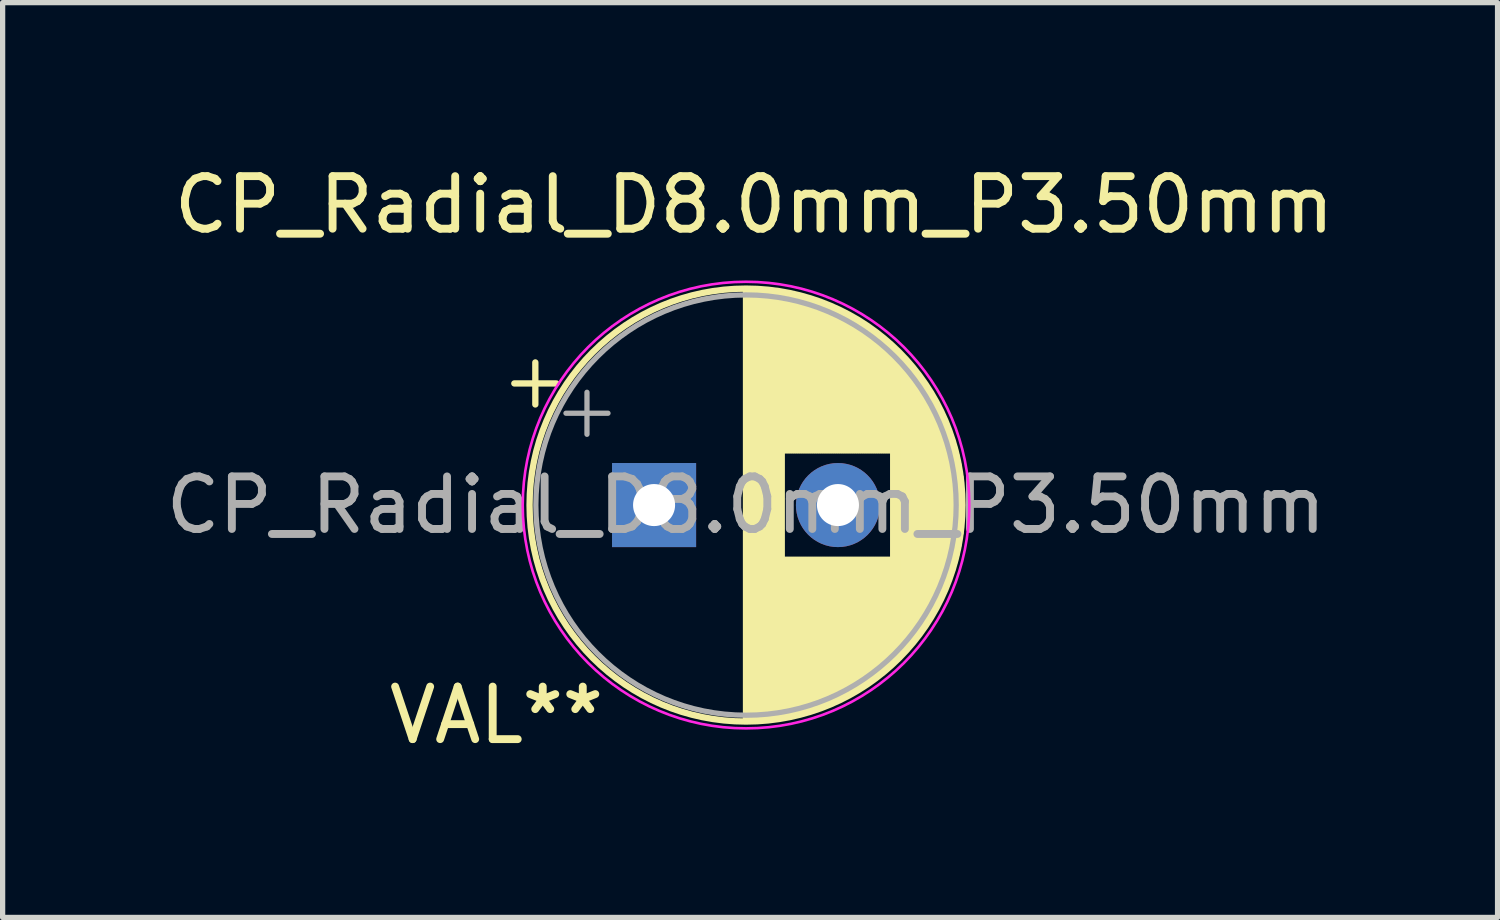
<source format=kicad_pcb>
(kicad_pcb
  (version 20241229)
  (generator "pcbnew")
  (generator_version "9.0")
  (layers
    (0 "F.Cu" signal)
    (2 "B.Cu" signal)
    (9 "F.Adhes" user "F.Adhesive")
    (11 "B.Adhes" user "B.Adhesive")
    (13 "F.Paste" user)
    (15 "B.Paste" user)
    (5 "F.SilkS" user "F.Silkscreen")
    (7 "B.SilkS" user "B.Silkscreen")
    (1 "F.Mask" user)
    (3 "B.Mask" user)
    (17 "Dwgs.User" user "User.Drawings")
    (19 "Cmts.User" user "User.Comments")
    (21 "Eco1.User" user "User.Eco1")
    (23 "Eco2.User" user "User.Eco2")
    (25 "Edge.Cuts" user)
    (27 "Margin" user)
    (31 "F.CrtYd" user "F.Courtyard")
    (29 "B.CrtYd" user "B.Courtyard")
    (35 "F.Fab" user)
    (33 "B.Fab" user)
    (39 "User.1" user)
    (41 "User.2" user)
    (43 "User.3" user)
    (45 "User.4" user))
  (footprint "CP_Radial_D8.0mm_P3.50mm"
    (layer "F.Cu")
    (at 9.399 6.563)
    (property "Reference" "CP_Radial_D8.0mm_P3.50mm" (at 1.905 -5.715 180) (layer "F.SilkS") (effects (font (size 1 1) (thickness 0.15))))
    (property "Value" "VAL**" (at 1.75 5.25 0) (layer "F.Fab") (hide yes) (effects (font (size 1 1) (thickness 0.15))))
    (attr through_hole)
    (fp_line (start -2.66 -2.315) (end -1.86 -2.315) (stroke (width 0.12) (type solid)) (layer "F.SilkS"))
    (fp_line (start -2.26 -2.715) (end -2.26 -1.915) (stroke (width 0.12) (type solid)) (layer "F.SilkS"))
    (fp_line (start 1.75 -4.08) (end 1.75 4.08) (stroke (width 0.12) (type solid)) (layer "F.SilkS"))
    (fp_line (start 1.79 -4.08) (end 1.79 4.08) (stroke (width 0.12) (type solid)) (layer "F.SilkS"))
    (fp_line (start 1.83 -4.08) (end 1.83 4.08) (stroke (width 0.12) (type solid)) (layer "F.SilkS"))
    (fp_line (start 1.87 -4.079) (end 1.87 4.079) (stroke (width 0.12) (type solid)) (layer "F.SilkS"))
    (fp_line (start 1.91 -4.077) (end 1.91 4.077) (stroke (width 0.12) (type solid)) (layer "F.SilkS"))
    (fp_line (start 1.95 -4.076) (end 1.95 4.076) (stroke (width 0.12) (type solid)) (layer "F.SilkS"))
    (fp_line (start 1.99 -4.074) (end 1.99 4.074) (stroke (width 0.12) (type solid)) (layer "F.SilkS"))
    (fp_line (start 2.03 -4.071) (end 2.03 4.071) (stroke (width 0.12) (type solid)) (layer "F.SilkS"))
    (fp_line (start 2.07 -4.068) (end 2.07 4.068) (stroke (width 0.12) (type solid)) (layer "F.SilkS"))
    (fp_line (start 2.11 -4.065) (end 2.11 4.065) (stroke (width 0.12) (type solid)) (layer "F.SilkS"))
    (fp_line (start 2.15 -4.061) (end 2.15 4.061) (stroke (width 0.12) (type solid)) (layer "F.SilkS"))
    (fp_line (start 2.19 -4.057) (end 2.19 4.057) (stroke (width 0.12) (type solid)) (layer "F.SilkS"))
    (fp_line (start 2.23 -4.052) (end 2.23 4.052) (stroke (width 0.12) (type solid)) (layer "F.SilkS"))
    (fp_line (start 2.27 -4.048) (end 2.27 4.048) (stroke (width 0.12) (type solid)) (layer "F.SilkS"))
    (fp_line (start 2.31 -4.042) (end 2.31 4.042) (stroke (width 0.12) (type solid)) (layer "F.SilkS"))
    (fp_line (start 2.35 -4.037) (end 2.35 4.037) (stroke (width 0.12) (type solid)) (layer "F.SilkS"))
    (fp_line (start 2.39 -4.03) (end 2.39 4.03) (stroke (width 0.12) (type solid)) (layer "F.SilkS"))
    (fp_line (start 2.43 -4.024) (end 2.43 4.024) (stroke (width 0.12) (type solid)) (layer "F.SilkS"))
    (fp_line (start 2.471 -4.017) (end 2.471 -1.04) (stroke (width 0.12) (type solid)) (layer "F.SilkS"))
    (fp_line (start 2.471 1.04) (end 2.471 4.017) (stroke (width 0.12) (type solid)) (layer "F.SilkS"))
    (fp_line (start 2.511 -4.01) (end 2.511 -1.04) (stroke (width 0.12) (type solid)) (layer "F.SilkS"))
    (fp_line (start 2.511 1.04) (end 2.511 4.01) (stroke (width 0.12) (type solid)) (layer "F.SilkS"))
    (fp_line (start 2.551 -4.002) (end 2.551 -1.04) (stroke (width 0.12) (type solid)) (layer "F.SilkS"))
    (fp_line (start 2.551 1.04) (end 2.551 4.002) (stroke (width 0.12) (type solid)) (layer "F.SilkS"))
    (fp_line (start 2.591 -3.994) (end 2.591 -1.04) (stroke (width 0.12) (type solid)) (layer "F.SilkS"))
    (fp_line (start 2.591 1.04) (end 2.591 3.994) (stroke (width 0.12) (type solid)) (layer "F.SilkS"))
    (fp_line (start 2.631 -3.985) (end 2.631 -1.04) (stroke (width 0.12) (type solid)) (layer "F.SilkS"))
    (fp_line (start 2.631 1.04) (end 2.631 3.985) (stroke (width 0.12) (type solid)) (layer "F.SilkS"))
    (fp_line (start 2.671 -3.976) (end 2.671 -1.04) (stroke (width 0.12) (type solid)) (layer "F.SilkS"))
    (fp_line (start 2.671 1.04) (end 2.671 3.976) (stroke (width 0.12) (type solid)) (layer "F.SilkS"))
    (fp_line (start 2.711 -3.967) (end 2.711 -1.04) (stroke (width 0.12) (type solid)) (layer "F.SilkS"))
    (fp_line (start 2.711 1.04) (end 2.711 3.967) (stroke (width 0.12) (type solid)) (layer "F.SilkS"))
    (fp_line (start 2.751 -3.957) (end 2.751 -1.04) (stroke (width 0.12) (type solid)) (layer "F.SilkS"))
    (fp_line (start 2.751 1.04) (end 2.751 3.957) (stroke (width 0.12) (type solid)) (layer "F.SilkS"))
    (fp_line (start 2.791 -3.947) (end 2.791 -1.04) (stroke (width 0.12) (type solid)) (layer "F.SilkS"))
    (fp_line (start 2.791 1.04) (end 2.791 3.947) (stroke (width 0.12) (type solid)) (layer "F.SilkS"))
    (fp_line (start 2.831 -3.936) (end 2.831 -1.04) (stroke (width 0.12) (type solid)) (layer "F.SilkS"))
    (fp_line (start 2.831 1.04) (end 2.831 3.936) (stroke (width 0.12) (type solid)) (layer "F.SilkS"))
    (fp_line (start 2.871 -3.925) (end 2.871 -1.04) (stroke (width 0.12) (type solid)) (layer "F.SilkS"))
    (fp_line (start 2.871 1.04) (end 2.871 3.925) (stroke (width 0.12) (type solid)) (layer "F.SilkS"))
    (fp_line (start 2.911 -3.914) (end 2.911 -1.04) (stroke (width 0.12) (type solid)) (layer "F.SilkS"))
    (fp_line (start 2.911 1.04) (end 2.911 3.914) (stroke (width 0.12) (type solid)) (layer "F.SilkS"))
    (fp_line (start 2.951 -3.902) (end 2.951 -1.04) (stroke (width 0.12) (type solid)) (layer "F.SilkS"))
    (fp_line (start 2.951 1.04) (end 2.951 3.902) (stroke (width 0.12) (type solid)) (layer "F.SilkS"))
    (fp_line (start 2.991 -3.889) (end 2.991 -1.04) (stroke (width 0.12) (type solid)) (layer "F.SilkS"))
    (fp_line (start 2.991 1.04) (end 2.991 3.889) (stroke (width 0.12) (type solid)) (layer "F.SilkS"))
    (fp_line (start 3.031 -3.877) (end 3.031 -1.04) (stroke (width 0.12) (type solid)) (layer "F.SilkS"))
    (fp_line (start 3.031 1.04) (end 3.031 3.877) (stroke (width 0.12) (type solid)) (layer "F.SilkS"))
    (fp_line (start 3.071 -3.863) (end 3.071 -1.04) (stroke (width 0.12) (type solid)) (layer "F.SilkS"))
    (fp_line (start 3.071 1.04) (end 3.071 3.863) (stroke (width 0.12) (type solid)) (layer "F.SilkS"))
    (fp_line (start 3.111 -3.85) (end 3.111 -1.04) (stroke (width 0.12) (type solid)) (layer "F.SilkS"))
    (fp_line (start 3.111 1.04) (end 3.111 3.85) (stroke (width 0.12) (type solid)) (layer "F.SilkS"))
    (fp_line (start 3.151 -3.835) (end 3.151 -1.04) (stroke (width 0.12) (type solid)) (layer "F.SilkS"))
    (fp_line (start 3.151 1.04) (end 3.151 3.835) (stroke (width 0.12) (type solid)) (layer "F.SilkS"))
    (fp_line (start 3.191 -3.821) (end 3.191 -1.04) (stroke (width 0.12) (type solid)) (layer "F.SilkS"))
    (fp_line (start 3.191 1.04) (end 3.191 3.821) (stroke (width 0.12) (type solid)) (layer "F.SilkS"))
    (fp_line (start 3.231 -3.805) (end 3.231 -1.04) (stroke (width 0.12) (type solid)) (layer "F.SilkS"))
    (fp_line (start 3.231 1.04) (end 3.231 3.805) (stroke (width 0.12) (type solid)) (layer "F.SilkS"))
    (fp_line (start 3.271 -3.79) (end 3.271 -1.04) (stroke (width 0.12) (type solid)) (layer "F.SilkS"))
    (fp_line (start 3.271 1.04) (end 3.271 3.79) (stroke (width 0.12) (type solid)) (layer "F.SilkS"))
    (fp_line (start 3.311 -3.774) (end 3.311 -1.04) (stroke (width 0.12) (type solid)) (layer "F.SilkS"))
    (fp_line (start 3.311 1.04) (end 3.311 3.774) (stroke (width 0.12) (type solid)) (layer "F.SilkS"))
    (fp_line (start 3.351 -3.757) (end 3.351 -1.04) (stroke (width 0.12) (type solid)) (layer "F.SilkS"))
    (fp_line (start 3.351 1.04) (end 3.351 3.757) (stroke (width 0.12) (type solid)) (layer "F.SilkS"))
    (fp_line (start 3.391 -3.74) (end 3.391 -1.04) (stroke (width 0.12) (type solid)) (layer "F.SilkS"))
    (fp_line (start 3.391 1.04) (end 3.391 3.74) (stroke (width 0.12) (type solid)) (layer "F.SilkS"))
    (fp_line (start 3.431 -3.722) (end 3.431 -1.04) (stroke (width 0.12) (type solid)) (layer "F.SilkS"))
    (fp_line (start 3.431 1.04) (end 3.431 3.722) (stroke (width 0.12) (type solid)) (layer "F.SilkS"))
    (fp_line (start 3.471 -3.704) (end 3.471 -1.04) (stroke (width 0.12) (type solid)) (layer "F.SilkS"))
    (fp_line (start 3.471 1.04) (end 3.471 3.704) (stroke (width 0.12) (type solid)) (layer "F.SilkS"))
    (fp_line (start 3.511 -3.686) (end 3.511 -1.04) (stroke (width 0.12) (type solid)) (layer "F.SilkS"))
    (fp_line (start 3.511 1.04) (end 3.511 3.686) (stroke (width 0.12) (type solid)) (layer "F.SilkS"))
    (fp_line (start 3.551 -3.666) (end 3.551 -1.04) (stroke (width 0.12) (type solid)) (layer "F.SilkS"))
    (fp_line (start 3.551 1.04) (end 3.551 3.666) (stroke (width 0.12) (type solid)) (layer "F.SilkS"))
    (fp_line (start 3.591 -3.647) (end 3.591 -1.04) (stroke (width 0.12) (type solid)) (layer "F.SilkS"))
    (fp_line (start 3.591 1.04) (end 3.591 3.647) (stroke (width 0.12) (type solid)) (layer "F.SilkS"))
    (fp_line (start 3.631 -3.627) (end 3.631 -1.04) (stroke (width 0.12) (type solid)) (layer "F.SilkS"))
    (fp_line (start 3.631 1.04) (end 3.631 3.627) (stroke (width 0.12) (type solid)) (layer "F.SilkS"))
    (fp_line (start 3.671 -3.606) (end 3.671 -1.04) (stroke (width 0.12) (type solid)) (layer "F.SilkS"))
    (fp_line (start 3.671 1.04) (end 3.671 3.606) (stroke (width 0.12) (type solid)) (layer "F.SilkS"))
    (fp_line (start 3.711 -3.584) (end 3.711 -1.04) (stroke (width 0.12) (type solid)) (layer "F.SilkS"))
    (fp_line (start 3.711 1.04) (end 3.711 3.584) (stroke (width 0.12) (type solid)) (layer "F.SilkS"))
    (fp_line (start 3.751 -3.562) (end 3.751 -1.04) (stroke (width 0.12) (type solid)) (layer "F.SilkS"))
    (fp_line (start 3.751 1.04) (end 3.751 3.562) (stroke (width 0.12) (type solid)) (layer "F.SilkS"))
    (fp_line (start 3.791 -3.54) (end 3.791 -1.04) (stroke (width 0.12) (type solid)) (layer "F.SilkS"))
    (fp_line (start 3.791 1.04) (end 3.791 3.54) (stroke (width 0.12) (type solid)) (layer "F.SilkS"))
    (fp_line (start 3.831 -3.517) (end 3.831 -1.04) (stroke (width 0.12) (type solid)) (layer "F.SilkS"))
    (fp_line (start 3.831 1.04) (end 3.831 3.517) (stroke (width 0.12) (type solid)) (layer "F.SilkS"))
    (fp_line (start 3.871 -3.493) (end 3.871 -1.04) (stroke (width 0.12) (type solid)) (layer "F.SilkS"))
    (fp_line (start 3.871 1.04) (end 3.871 3.493) (stroke (width 0.12) (type solid)) (layer "F.SilkS"))
    (fp_line (start 3.911 -3.469) (end 3.911 -1.04) (stroke (width 0.12) (type solid)) (layer "F.SilkS"))
    (fp_line (start 3.911 1.04) (end 3.911 3.469) (stroke (width 0.12) (type solid)) (layer "F.SilkS"))
    (fp_line (start 3.951 -3.444) (end 3.951 -1.04) (stroke (width 0.12) (type solid)) (layer "F.SilkS"))
    (fp_line (start 3.951 1.04) (end 3.951 3.444) (stroke (width 0.12) (type solid)) (layer "F.SilkS"))
    (fp_line (start 3.991 -3.418) (end 3.991 -1.04) (stroke (width 0.12) (type solid)) (layer "F.SilkS"))
    (fp_line (start 3.991 1.04) (end 3.991 3.418) (stroke (width 0.12) (type solid)) (layer "F.SilkS"))
    (fp_line (start 4.031 -3.392) (end 4.031 -1.04) (stroke (width 0.12) (type solid)) (layer "F.SilkS"))
    (fp_line (start 4.031 1.04) (end 4.031 3.392) (stroke (width 0.12) (type solid)) (layer "F.SilkS"))
    (fp_line (start 4.071 -3.365) (end 4.071 -1.04) (stroke (width 0.12) (type solid)) (layer "F.SilkS"))
    (fp_line (start 4.071 1.04) (end 4.071 3.365) (stroke (width 0.12) (type solid)) (layer "F.SilkS"))
    (fp_line (start 4.111 -3.338) (end 4.111 -1.04) (stroke (width 0.12) (type solid)) (layer "F.SilkS"))
    (fp_line (start 4.111 1.04) (end 4.111 3.338) (stroke (width 0.12) (type solid)) (layer "F.SilkS"))
    (fp_line (start 4.151 -3.309) (end 4.151 -1.04) (stroke (width 0.12) (type solid)) (layer "F.SilkS"))
    (fp_line (start 4.151 1.04) (end 4.151 3.309) (stroke (width 0.12) (type solid)) (layer "F.SilkS"))
    (fp_line (start 4.191 -3.28) (end 4.191 -1.04) (stroke (width 0.12) (type solid)) (layer "F.SilkS"))
    (fp_line (start 4.191 1.04) (end 4.191 3.28) (stroke (width 0.12) (type solid)) (layer "F.SilkS"))
    (fp_line (start 4.231 -3.25) (end 4.231 -1.04) (stroke (width 0.12) (type solid)) (layer "F.SilkS"))
    (fp_line (start 4.231 1.04) (end 4.231 3.25) (stroke (width 0.12) (type solid)) (layer "F.SilkS"))
    (fp_line (start 4.271 -3.22) (end 4.271 -1.04) (stroke (width 0.12) (type solid)) (layer "F.SilkS"))
    (fp_line (start 4.271 1.04) (end 4.271 3.22) (stroke (width 0.12) (type solid)) (layer "F.SilkS"))
    (fp_line (start 4.311 -3.189) (end 4.311 -1.04) (stroke (width 0.12) (type solid)) (layer "F.SilkS"))
    (fp_line (start 4.311 1.04) (end 4.311 3.189) (stroke (width 0.12) (type solid)) (layer "F.SilkS"))
    (fp_line (start 4.351 -3.156) (end 4.351 -1.04) (stroke (width 0.12) (type solid)) (layer "F.SilkS"))
    (fp_line (start 4.351 1.04) (end 4.351 3.156) (stroke (width 0.12) (type solid)) (layer "F.SilkS"))
    (fp_line (start 4.391 -3.124) (end 4.391 -1.04) (stroke (width 0.12) (type solid)) (layer "F.SilkS"))
    (fp_line (start 4.391 1.04) (end 4.391 3.124) (stroke (width 0.12) (type solid)) (layer "F.SilkS"))
    (fp_line (start 4.431 -3.09) (end 4.431 -1.04) (stroke (width 0.12) (type solid)) (layer "F.SilkS"))
    (fp_line (start 4.431 1.04) (end 4.431 3.09) (stroke (width 0.12) (type solid)) (layer "F.SilkS"))
    (fp_line (start 4.471 -3.055) (end 4.471 -1.04) (stroke (width 0.12) (type solid)) (layer "F.SilkS"))
    (fp_line (start 4.471 1.04) (end 4.471 3.055) (stroke (width 0.12) (type solid)) (layer "F.SilkS"))
    (fp_line (start 4.511 -3.019) (end 4.511 -1.04) (stroke (width 0.12) (type solid)) (layer "F.SilkS"))
    (fp_line (start 4.511 1.04) (end 4.511 3.019) (stroke (width 0.12) (type solid)) (layer "F.SilkS"))
    (fp_line (start 4.551 -2.983) (end 4.551 2.983) (stroke (width 0.12) (type solid)) (layer "F.SilkS"))
    (fp_line (start 4.591 -2.945) (end 4.591 2.945) (stroke (width 0.12) (type solid)) (layer "F.SilkS"))
    (fp_line (start 4.631 -2.907) (end 4.631 2.907) (stroke (width 0.12) (type solid)) (layer "F.SilkS"))
    (fp_line (start 4.671 -2.867) (end 4.671 2.867) (stroke (width 0.12) (type solid)) (layer "F.SilkS"))
    (fp_line (start 4.711 -2.826) (end 4.711 2.826) (stroke (width 0.12) (type solid)) (layer "F.SilkS"))
    (fp_line (start 4.751 -2.784) (end 4.751 2.784) (stroke (width 0.12) (type solid)) (layer "F.SilkS"))
    (fp_line (start 4.791 -2.741) (end 4.791 2.741) (stroke (width 0.12) (type solid)) (layer "F.SilkS"))
    (fp_line (start 4.831 -2.697) (end 4.831 2.697) (stroke (width 0.12) (type solid)) (layer "F.SilkS"))
    (fp_line (start 4.871 -2.651) (end 4.871 2.651) (stroke (width 0.12) (type solid)) (layer "F.SilkS"))
    (fp_line (start 4.911 -2.604) (end 4.911 2.604) (stroke (width 0.12) (type solid)) (layer "F.SilkS"))
    (fp_line (start 4.951 -2.556) (end 4.951 2.556) (stroke (width 0.12) (type solid)) (layer "F.SilkS"))
    (fp_line (start 4.991 -2.505) (end 4.991 2.505) (stroke (width 0.12) (type solid)) (layer "F.SilkS"))
    (fp_line (start 5.031 -2.454) (end 5.031 2.454) (stroke (width 0.12) (type solid)) (layer "F.SilkS"))
    (fp_line (start 5.071 -2.4) (end 5.071 2.4) (stroke (width 0.12) (type solid)) (layer "F.SilkS"))
    (fp_line (start 5.111 -2.345) (end 5.111 2.345) (stroke (width 0.12) (type solid)) (layer "F.SilkS"))
    (fp_line (start 5.151 -2.287) (end 5.151 2.287) (stroke (width 0.12) (type solid)) (layer "F.SilkS"))
    (fp_line (start 5.191 -2.228) (end 5.191 2.228) (stroke (width 0.12) (type solid)) (layer "F.SilkS"))
    (fp_line (start 5.231 -2.166) (end 5.231 2.166) (stroke (width 0.12) (type solid)) (layer "F.SilkS"))
    (fp_line (start 5.271 -2.102) (end 5.271 2.102) (stroke (width 0.12) (type solid)) (layer "F.SilkS"))
    (fp_line (start 5.311 -2.034) (end 5.311 2.034) (stroke (width 0.12) (type solid)) (layer "F.SilkS"))
    (fp_line (start 5.351 -1.964) (end 5.351 1.964) (stroke (width 0.12) (type solid)) (layer "F.SilkS"))
    (fp_line (start 5.391 -1.89) (end 5.391 1.89) (stroke (width 0.12) (type solid)) (layer "F.SilkS"))
    (fp_line (start 5.431 -1.813) (end 5.431 1.813) (stroke (width 0.12) (type solid)) (layer "F.SilkS"))
    (fp_line (start 5.471 -1.731) (end 5.471 1.731) (stroke (width 0.12) (type solid)) (layer "F.SilkS"))
    (fp_line (start 5.511 -1.645) (end 5.511 1.645) (stroke (width 0.12) (type solid)) (layer "F.SilkS"))
    (fp_line (start 5.551 -1.552) (end 5.551 1.552) (stroke (width 0.12) (type solid)) (layer "F.SilkS"))
    (fp_line (start 5.591 -1.453) (end 5.591 1.453) (stroke (width 0.12) (type solid)) (layer "F.SilkS"))
    (fp_line (start 5.631 -1.346) (end 5.631 1.346) (stroke (width 0.12) (type solid)) (layer "F.SilkS"))
    (fp_line (start 5.671 -1.229) (end 5.671 1.229) (stroke (width 0.12) (type solid)) (layer "F.SilkS"))
    (fp_line (start 5.711 -1.098) (end 5.711 1.098) (stroke (width 0.12) (type solid)) (layer "F.SilkS"))
    (fp_line (start 5.751 -0.948) (end 5.751 0.948) (stroke (width 0.12) (type solid)) (layer "F.SilkS"))
    (fp_line (start 5.791 -0.768) (end 5.791 0.768) (stroke (width 0.12) (type solid)) (layer "F.SilkS"))
    (fp_line (start 5.831 -0.533) (end 5.831 0.533) (stroke (width 0.12) (type solid)) (layer "F.SilkS"))
    (fp_circle (center 1.75 0) (end 5.87 0) (stroke (width 0.12) (type solid)) (fill no) (layer "F.SilkS"))
    (fp_circle (center 1.75 0) (end 6 0) (stroke (width 0.05) (type solid)) (fill no) (layer "F.CrtYd"))
    (fp_line (start -1.677 -1.748) (end -0.877 -1.748) (stroke (width 0.1) (type solid)) (layer "F.Fab"))
    (fp_line (start -1.277 -2.147) (end -1.277 -1.347) (stroke (width 0.1) (type solid)) (layer "F.Fab"))
    (fp_circle (center 1.75 0) (end 5.75 0) (stroke (width 0.1) (type solid)) (fill no) (layer "F.Fab"))
    (fp_text user "${VALUE}" (at -3 4 0) (layer "F.SilkS") (effects (font (size 1 1) (thickness 0.15))))
    (fp_text user "${REFERENCE}" (at 1.75 0 0) (layer "F.Fab") (effects (font (size 1 1) (thickness 0.15))))
    (pad "1" thru_hole rect (at 0 0) (size 1.6 1.6) (drill 0.8) (layers "*.Cu" "*.Mask"))
    (pad "2" thru_hole circle (at 3.5 0) (size 1.6 1.6) (drill 0.8) (layers "*.Cu" "*.Mask")))
  (gr_rect
    (start -3 -3)
    (end 25.453 14.412)
    (stroke (width 0.1) (type default))
    (fill no)
    (layer "Edge.Cuts")))
</source>
